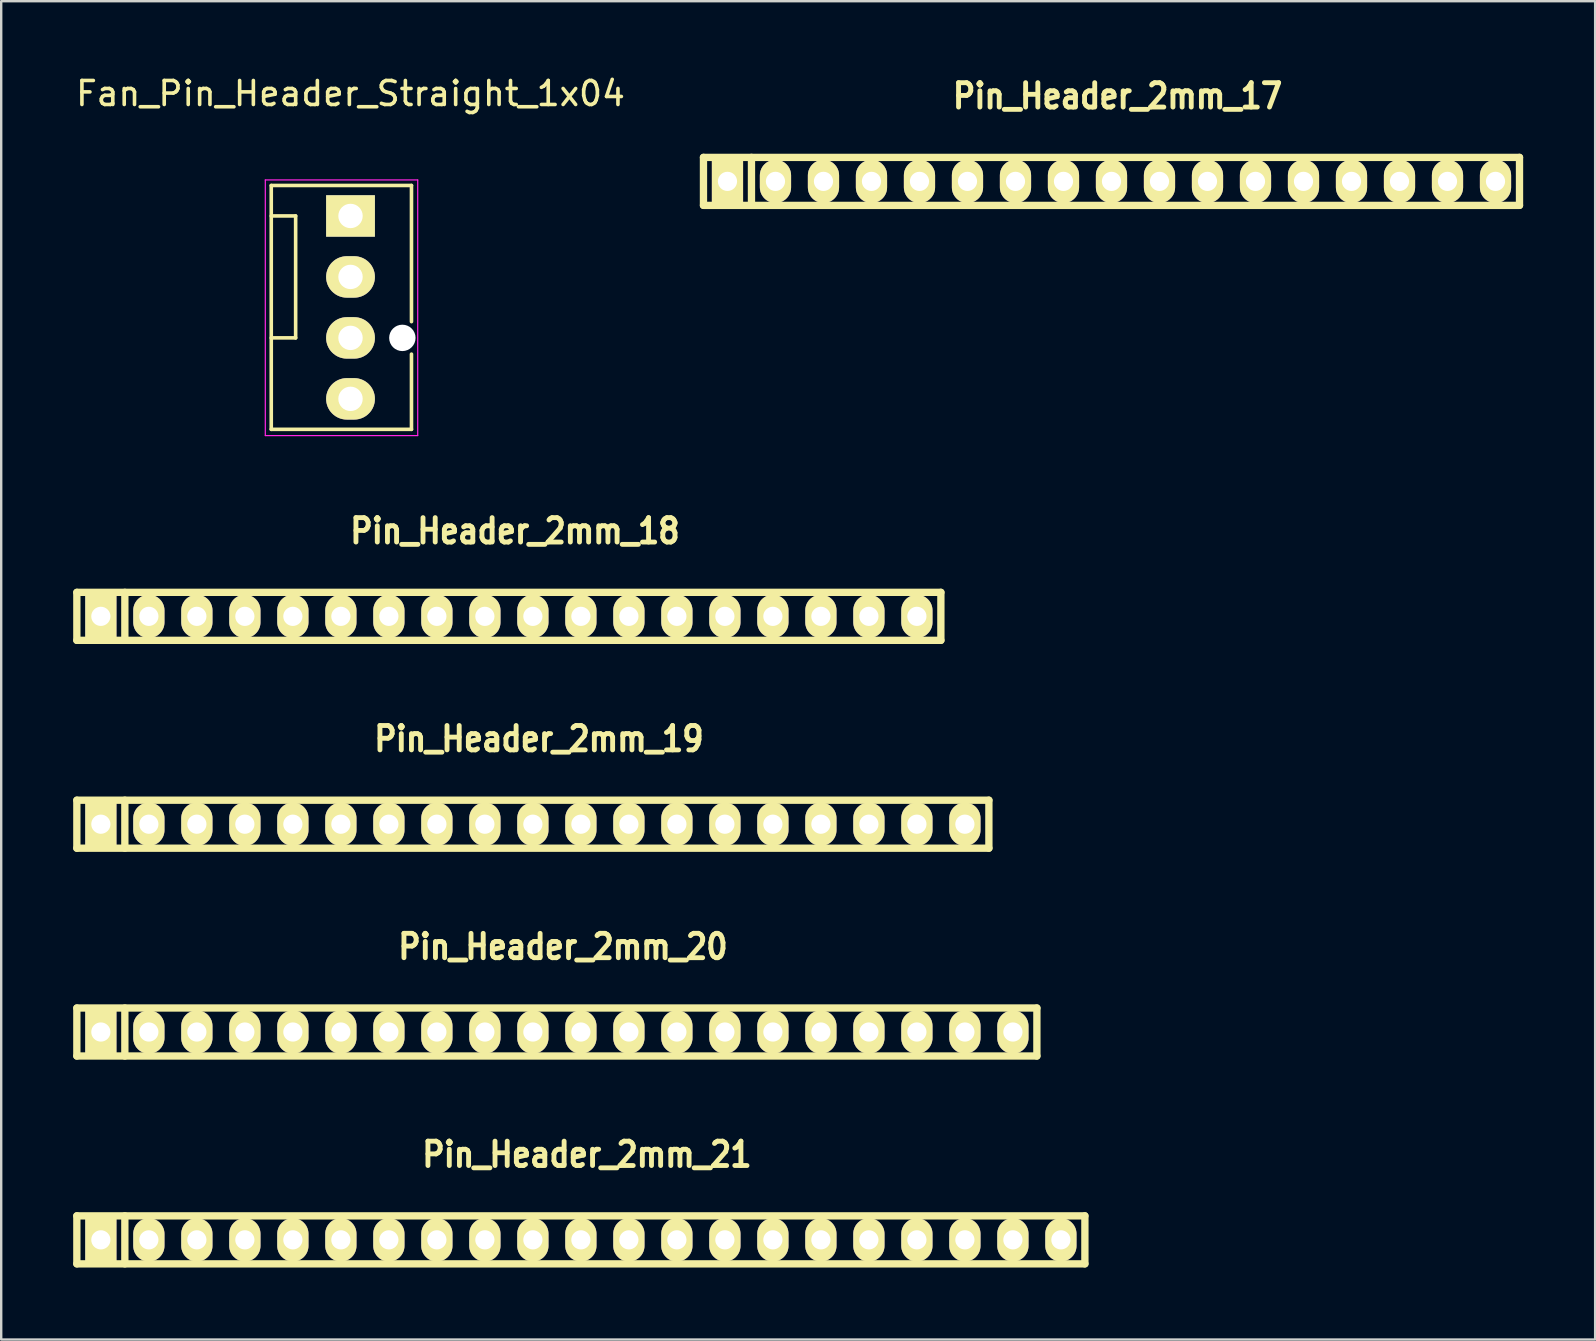
<source format=kicad_pcb>
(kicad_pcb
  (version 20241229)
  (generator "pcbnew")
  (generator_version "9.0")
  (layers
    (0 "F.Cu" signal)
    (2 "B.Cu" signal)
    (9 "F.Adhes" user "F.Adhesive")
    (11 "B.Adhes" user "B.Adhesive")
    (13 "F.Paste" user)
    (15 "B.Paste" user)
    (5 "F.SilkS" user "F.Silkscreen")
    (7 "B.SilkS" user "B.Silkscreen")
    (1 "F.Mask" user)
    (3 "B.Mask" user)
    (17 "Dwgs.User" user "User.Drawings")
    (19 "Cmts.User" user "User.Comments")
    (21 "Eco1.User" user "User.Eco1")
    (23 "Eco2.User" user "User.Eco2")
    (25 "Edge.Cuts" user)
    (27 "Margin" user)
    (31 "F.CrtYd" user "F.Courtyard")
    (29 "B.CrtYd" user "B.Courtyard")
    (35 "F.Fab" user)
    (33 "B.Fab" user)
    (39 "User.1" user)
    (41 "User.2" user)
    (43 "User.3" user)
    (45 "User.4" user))
  (footprint "Pin_Header_2mm_17"
    (layer "F.Cu")
    (at 43.26 4.507)
    (property "Reference" "Pin_Header_2mm_17" (at 0.254 -3.556 0) (layer "F.SilkS") (effects (font (size 1.016 0.889) (thickness 0.203))))
    (attr through_hole)
    (fp_line (start -17 -1) (end 17 -1) (stroke (width 0.305) (type solid)) (layer "F.SilkS"))
    (fp_line (start -17 1) (end -17 -1) (stroke (width 0.305) (type solid)) (layer "F.SilkS"))
    (fp_line (start -15 -1) (end -15 1) (stroke (width 0.305) (type solid)) (layer "F.SilkS"))
    (fp_line (start 17 -1) (end 17 1) (stroke (width 0.305) (type solid)) (layer "F.SilkS"))
    (fp_line (start 17 1) (end -17 1) (stroke (width 0.305) (type solid)) (layer "F.SilkS"))
    (pad "1" thru_hole rect (at -16 0) (size 1.3 1.8) (drill 0.8) (layers "*.Cu" "*.Mask" "F.SilkS"))
    (pad "2" thru_hole oval (at -14 0) (size 1.3 1.8) (drill 0.8) (layers "*.Cu" "*.Mask" "F.SilkS"))
    (pad "3" thru_hole oval (at -12 0) (size 1.3 1.8) (drill 0.8) (layers "*.Cu" "*.Mask" "F.SilkS"))
    (pad "4" thru_hole oval (at -10 0) (size 1.3 1.8) (drill 0.8) (layers "*.Cu" "*.Mask" "F.SilkS"))
    (pad "5" thru_hole oval (at -8 0) (size 1.3 1.8) (drill 0.8) (layers "*.Cu" "*.Mask" "F.SilkS"))
    (pad "6" thru_hole oval (at -6 0) (size 1.3 1.8) (drill 0.8) (layers "*.Cu" "*.Mask" "F.SilkS"))
    (pad "7" thru_hole oval (at -4 0) (size 1.3 1.8) (drill 0.8) (layers "*.Cu" "*.Mask" "F.SilkS"))
    (pad "8" thru_hole oval (at -2 0) (size 1.3 1.8) (drill 0.8) (layers "*.Cu" "*.Mask" "F.SilkS"))
    (pad "9" thru_hole oval (at 0 0) (size 1.3 1.8) (drill 0.8) (layers "*.Cu" "*.Mask" "F.SilkS"))
    (pad "10" thru_hole oval (at 2 0) (size 1.3 1.8) (drill 0.8) (layers "*.Cu" "*.Mask" "F.SilkS"))
    (pad "11" thru_hole oval (at 4 0) (size 1.3 1.8) (drill 0.8) (layers "*.Cu" "*.Mask" "F.SilkS"))
    (pad "12" thru_hole oval (at 6 0) (size 1.3 1.8) (drill 0.8) (layers "*.Cu" "*.Mask" "F.SilkS"))
    (pad "13" thru_hole oval (at 8 0) (size 1.3 1.8) (drill 0.8) (layers "*.Cu" "*.Mask" "F.SilkS"))
    (pad "14" thru_hole oval (at 10 0) (size 1.3 1.8) (drill 0.8) (layers "*.Cu" "*.Mask" "F.SilkS"))
    (pad "15" thru_hole oval (at 12 0) (size 1.3 1.8) (drill 0.8) (layers "*.Cu" "*.Mask" "F.SilkS"))
    (pad "16" thru_hole oval (at 14 0) (size 1.3 1.8) (drill 0.8) (layers "*.Cu" "*.Mask" "F.SilkS"))
    (pad "17" thru_hole oval (at 16 0) (size 1.3 1.8) (drill 0.8) (layers "*.Cu" "*.Mask" "F.SilkS")))
  (footprint "Pin_Header_2mm_21"
    (layer "F.Cu")
    (at 21.152 48.608)
    (property "Reference" "Pin_Header_2mm_21" (at 0.254 -3.556 0) (layer "F.SilkS") (effects (font (size 1.016 0.889) (thickness 0.203))))
    (attr through_hole)
    (fp_line (start -21 -1) (end 21 -1) (stroke (width 0.305) (type solid)) (layer "F.SilkS"))
    (fp_line (start -21 1) (end -21 -1) (stroke (width 0.305) (type solid)) (layer "F.SilkS"))
    (fp_line (start -19 -1) (end -19 1) (stroke (width 0.305) (type solid)) (layer "F.SilkS"))
    (fp_line (start 21 -1) (end 21 1) (stroke (width 0.305) (type solid)) (layer "F.SilkS"))
    (fp_line (start 21 1) (end -21 1) (stroke (width 0.305) (type solid)) (layer "F.SilkS"))
    (pad "1" thru_hole rect (at -20 0) (size 1.3 1.8) (drill 0.8) (layers "*.Cu" "*.Mask" "F.SilkS"))
    (pad "2" thru_hole oval (at -18 0) (size 1.3 1.8) (drill 0.8) (layers "*.Cu" "*.Mask" "F.SilkS"))
    (pad "3" thru_hole oval (at -16 0) (size 1.3 1.8) (drill 0.8) (layers "*.Cu" "*.Mask" "F.SilkS"))
    (pad "4" thru_hole oval (at -14 0) (size 1.3 1.8) (drill 0.8) (layers "*.Cu" "*.Mask" "F.SilkS"))
    (pad "5" thru_hole oval (at -12 0) (size 1.3 1.8) (drill 0.8) (layers "*.Cu" "*.Mask" "F.SilkS"))
    (pad "6" thru_hole oval (at -10 0) (size 1.3 1.8) (drill 0.8) (layers "*.Cu" "*.Mask" "F.SilkS"))
    (pad "7" thru_hole oval (at -8 0) (size 1.3 1.8) (drill 0.8) (layers "*.Cu" "*.Mask" "F.SilkS"))
    (pad "8" thru_hole oval (at -6 0) (size 1.3 1.8) (drill 0.8) (layers "*.Cu" "*.Mask" "F.SilkS"))
    (pad "9" thru_hole oval (at -4 0) (size 1.3 1.8) (drill 0.8) (layers "*.Cu" "*.Mask" "F.SilkS"))
    (pad "10" thru_hole oval (at -2 0) (size 1.3 1.8) (drill 0.8) (layers "*.Cu" "*.Mask" "F.SilkS"))
    (pad "11" thru_hole oval (at 0 0) (size 1.3 1.8) (drill 0.8) (layers "*.Cu" "*.Mask" "F.SilkS"))
    (pad "12" thru_hole oval (at 2 0) (size 1.3 1.8) (drill 0.8) (layers "*.Cu" "*.Mask" "F.SilkS"))
    (pad "13" thru_hole oval (at 4 0) (size 1.3 1.8) (drill 0.8) (layers "*.Cu" "*.Mask" "F.SilkS"))
    (pad "14" thru_hole oval (at 6 0) (size 1.3 1.8) (drill 0.8) (layers "*.Cu" "*.Mask" "F.SilkS"))
    (pad "15" thru_hole oval (at 8 0) (size 1.3 1.8) (drill 0.8) (layers "*.Cu" "*.Mask" "F.SilkS"))
    (pad "16" thru_hole oval (at 10 0) (size 1.3 1.8) (drill 0.8) (layers "*.Cu" "*.Mask" "F.SilkS"))
    (pad "17" thru_hole oval (at 12 0) (size 1.3 1.8) (drill 0.8) (layers "*.Cu" "*.Mask" "F.SilkS"))
    (pad "18" thru_hole oval (at 14 0) (size 1.3 1.8) (drill 0.8) (layers "*.Cu" "*.Mask" "F.SilkS"))
    (pad "19" thru_hole oval (at 16 0) (size 1.3 1.8) (drill 0.8) (layers "*.Cu" "*.Mask" "F.SilkS"))
    (pad "20" thru_hole oval (at 18 0) (size 1.3 1.8) (drill 0.8) (layers "*.Cu" "*.Mask" "F.SilkS"))
    (pad "21" thru_hole oval (at 20 0) (size 1.3 1.8) (drill 0.8) (layers "*.Cu" "*.Mask" "F.SilkS")))
  (footprint "Fan_Pin_Header_Straight_1x04"
    (layer "F.Cu")
    (at 11.554 5.948)
    (property "Reference" "Fan_Pin_Header_Straight_1x04" (at 0 -5.1 0) (layer "F.SilkS") (effects (font (size 1 1) (thickness 0.15))))
    (attr through_hole)
    (fp_line (start -3.302 0) (end -2.286 0) (stroke (width 0.15) (type solid)) (layer "F.SilkS"))
    (fp_line (start -3.302 8.89) (end -3.302 -1.27) (stroke (width 0.15) (type solid)) (layer "F.SilkS"))
    (fp_line (start -2.286 0) (end -2.286 5.08) (stroke (width 0.15) (type solid)) (layer "F.SilkS"))
    (fp_line (start -2.286 5.08) (end -3.302 5.08) (stroke (width 0.15) (type solid)) (layer "F.SilkS"))
    (fp_line (start 2.54 -1.27) (end -3.302 -1.27) (stroke (width 0.15) (type solid)) (layer "F.SilkS"))
    (fp_line (start 2.54 -1.27) (end 2.54 4.403) (stroke (width 0.15) (type solid)) (layer "F.SilkS"))
    (fp_line (start 2.54 5.757) (end 2.54 8.89) (stroke (width 0.15) (type solid)) (layer "F.SilkS"))
    (fp_line (start 2.54 8.89) (end -3.302 8.89) (stroke (width 0.15) (type solid)) (layer "F.SilkS"))
    (fp_line (start -3.55 -1.5) (end 2.8 -1.5) (stroke (width 0.05) (type solid)) (layer "F.CrtYd"))
    (fp_line (start -3.55 9.15) (end -3.55 -1.5) (stroke (width 0.05) (type solid)) (layer "F.CrtYd"))
    (fp_line (start 2.8 -1.5) (end 2.8 9.15) (stroke (width 0.05) (type solid)) (layer "F.CrtYd"))
    (fp_line (start 2.8 9.15) (end -3.55 9.15) (stroke (width 0.05) (type solid)) (layer "F.CrtYd"))
    (pad "" np_thru_hole circle (at 2.16 5.08) (size 1.1 1.1) (drill 1.1) (layers "*.Cu" "*.Mask"))
    (pad "1" thru_hole rect (at 0 0) (size 2.032 1.727) (drill 1.016) (layers "*.Cu" "*.Mask" "F.SilkS"))
    (pad "2" thru_hole oval (at 0 2.54) (size 2.032 1.727) (drill 1.016) (layers "*.Cu" "*.Mask" "F.SilkS"))
    (pad "3" thru_hole oval (at 0 5.08) (size 2.032 1.727) (drill 1.016) (layers "*.Cu" "*.Mask" "F.SilkS"))
    (pad "4" thru_hole oval (at 0 7.62) (size 2.032 1.727) (drill 1.016) (layers "*.Cu" "*.Mask" "F.SilkS")))
  (footprint "Pin_Header_2mm_19"
    (layer "F.Cu")
    (at 19.152 31.29)
    (property "Reference" "Pin_Header_2mm_19" (at 0.254 -3.556 0) (layer "F.SilkS") (effects (font (size 1.016 0.889) (thickness 0.203))))
    (attr through_hole)
    (fp_line (start -19 -1) (end 19 -1) (stroke (width 0.305) (type solid)) (layer "F.SilkS"))
    (fp_line (start -19 1) (end -19 -1) (stroke (width 0.305) (type solid)) (layer "F.SilkS"))
    (fp_line (start -17 -1) (end -17 1) (stroke (width 0.305) (type solid)) (layer "F.SilkS"))
    (fp_line (start 19 -1) (end 19 1) (stroke (width 0.305) (type solid)) (layer "F.SilkS"))
    (fp_line (start 19 1) (end -19 1) (stroke (width 0.305) (type solid)) (layer "F.SilkS"))
    (pad "1" thru_hole rect (at -18 0) (size 1.3 1.8) (drill 0.8) (layers "*.Cu" "*.Mask" "F.SilkS"))
    (pad "2" thru_hole oval (at -16 0) (size 1.3 1.8) (drill 0.8) (layers "*.Cu" "*.Mask" "F.SilkS"))
    (pad "3" thru_hole oval (at -14 0) (size 1.3 1.8) (drill 0.8) (layers "*.Cu" "*.Mask" "F.SilkS"))
    (pad "4" thru_hole oval (at -12 0) (size 1.3 1.8) (drill 0.8) (layers "*.Cu" "*.Mask" "F.SilkS"))
    (pad "5" thru_hole oval (at -10 0) (size 1.3 1.8) (drill 0.8) (layers "*.Cu" "*.Mask" "F.SilkS"))
    (pad "6" thru_hole oval (at -8 0) (size 1.3 1.8) (drill 0.8) (layers "*.Cu" "*.Mask" "F.SilkS"))
    (pad "7" thru_hole oval (at -6 0) (size 1.3 1.8) (drill 0.8) (layers "*.Cu" "*.Mask" "F.SilkS"))
    (pad "8" thru_hole oval (at -4 0) (size 1.3 1.8) (drill 0.8) (layers "*.Cu" "*.Mask" "F.SilkS"))
    (pad "9" thru_hole oval (at -2 0) (size 1.3 1.8) (drill 0.8) (layers "*.Cu" "*.Mask" "F.SilkS"))
    (pad "10" thru_hole oval (at 0 0) (size 1.3 1.8) (drill 0.8) (layers "*.Cu" "*.Mask" "F.SilkS"))
    (pad "11" thru_hole oval (at 2 0) (size 1.3 1.8) (drill 0.8) (layers "*.Cu" "*.Mask" "F.SilkS"))
    (pad "12" thru_hole oval (at 4 0) (size 1.3 1.8) (drill 0.8) (layers "*.Cu" "*.Mask" "F.SilkS"))
    (pad "13" thru_hole oval (at 6 0) (size 1.3 1.8) (drill 0.8) (layers "*.Cu" "*.Mask" "F.SilkS"))
    (pad "14" thru_hole oval (at 8 0) (size 1.3 1.8) (drill 0.8) (layers "*.Cu" "*.Mask" "F.SilkS"))
    (pad "15" thru_hole oval (at 10 0) (size 1.3 1.8) (drill 0.8) (layers "*.Cu" "*.Mask" "F.SilkS"))
    (pad "16" thru_hole oval (at 12 0) (size 1.3 1.8) (drill 0.8) (layers "*.Cu" "*.Mask" "F.SilkS"))
    (pad "17" thru_hole oval (at 14 0) (size 1.3 1.8) (drill 0.8) (layers "*.Cu" "*.Mask" "F.SilkS"))
    (pad "18" thru_hole oval (at 16 0) (size 1.3 1.8) (drill 0.8) (layers "*.Cu" "*.Mask" "F.SilkS"))
    (pad "19" thru_hole oval (at 18 0) (size 1.3 1.8) (drill 0.8) (layers "*.Cu" "*.Mask" "F.SilkS")))
  (footprint "Pin_Header_2mm_20"
    (layer "F.Cu")
    (at 20.152 39.949)
    (property "Reference" "Pin_Header_2mm_20" (at 0.254 -3.556 0) (layer "F.SilkS") (effects (font (size 1.016 0.889) (thickness 0.203))))
    (attr through_hole)
    (fp_line (start -20 -1) (end 20 -1) (stroke (width 0.305) (type solid)) (layer "F.SilkS"))
    (fp_line (start -20 1) (end -20 -1) (stroke (width 0.305) (type solid)) (layer "F.SilkS"))
    (fp_line (start -18 -1) (end -18 1) (stroke (width 0.305) (type solid)) (layer "F.SilkS"))
    (fp_line (start 20 -1) (end 20 1) (stroke (width 0.305) (type solid)) (layer "F.SilkS"))
    (fp_line (start 20 1) (end -20 1) (stroke (width 0.305) (type solid)) (layer "F.SilkS"))
    (pad "1" thru_hole rect (at -19 0) (size 1.3 1.8) (drill 0.8) (layers "*.Cu" "*.Mask" "F.SilkS"))
    (pad "2" thru_hole oval (at -17 0) (size 1.3 1.8) (drill 0.8) (layers "*.Cu" "*.Mask" "F.SilkS"))
    (pad "3" thru_hole oval (at -15 0) (size 1.3 1.8) (drill 0.8) (layers "*.Cu" "*.Mask" "F.SilkS"))
    (pad "4" thru_hole oval (at -13 0) (size 1.3 1.8) (drill 0.8) (layers "*.Cu" "*.Mask" "F.SilkS"))
    (pad "5" thru_hole oval (at -11 0) (size 1.3 1.8) (drill 0.8) (layers "*.Cu" "*.Mask" "F.SilkS"))
    (pad "6" thru_hole oval (at -9 0) (size 1.3 1.8) (drill 0.8) (layers "*.Cu" "*.Mask" "F.SilkS"))
    (pad "7" thru_hole oval (at -7 0) (size 1.3 1.8) (drill 0.8) (layers "*.Cu" "*.Mask" "F.SilkS"))
    (pad "8" thru_hole oval (at -5 0) (size 1.3 1.8) (drill 0.8) (layers "*.Cu" "*.Mask" "F.SilkS"))
    (pad "9" thru_hole oval (at -3 0) (size 1.3 1.8) (drill 0.8) (layers "*.Cu" "*.Mask" "F.SilkS"))
    (pad "10" thru_hole oval (at -1 0) (size 1.3 1.8) (drill 0.8) (layers "*.Cu" "*.Mask" "F.SilkS"))
    (pad "11" thru_hole oval (at 1 0) (size 1.3 1.8) (drill 0.8) (layers "*.Cu" "*.Mask" "F.SilkS"))
    (pad "12" thru_hole oval (at 3 0) (size 1.3 1.8) (drill 0.8) (layers "*.Cu" "*.Mask" "F.SilkS"))
    (pad "13" thru_hole oval (at 5 0) (size 1.3 1.8) (drill 0.8) (layers "*.Cu" "*.Mask" "F.SilkS"))
    (pad "14" thru_hole oval (at 7 0) (size 1.3 1.8) (drill 0.8) (layers "*.Cu" "*.Mask" "F.SilkS"))
    (pad "15" thru_hole oval (at 9 0) (size 1.3 1.8) (drill 0.8) (layers "*.Cu" "*.Mask" "F.SilkS"))
    (pad "16" thru_hole oval (at 11 0) (size 1.3 1.8) (drill 0.8) (layers "*.Cu" "*.Mask" "F.SilkS"))
    (pad "17" thru_hole oval (at 13 0) (size 1.3 1.8) (drill 0.8) (layers "*.Cu" "*.Mask" "F.SilkS"))
    (pad "18" thru_hole oval (at 15 0) (size 1.3 1.8) (drill 0.8) (layers "*.Cu" "*.Mask" "F.SilkS"))
    (pad "19" thru_hole oval (at 17 0) (size 1.3 1.8) (drill 0.8) (layers "*.Cu" "*.Mask" "F.SilkS"))
    (pad "20" thru_hole oval (at 19 0) (size 1.3 1.8) (drill 0.8) (layers "*.Cu" "*.Mask" "F.SilkS")))
  (footprint "Pin_Header_2mm_18"
    (layer "F.Cu")
    (at 18.152 22.63)
    (property "Reference" "Pin_Header_2mm_18" (at 0.254 -3.556 0) (layer "F.SilkS") (effects (font (size 1.016 0.889) (thickness 0.203))))
    (attr through_hole)
    (fp_line (start -18 -1) (end 18 -1) (stroke (width 0.305) (type solid)) (layer "F.SilkS"))
    (fp_line (start -18 1) (end -18 -1) (stroke (width 0.305) (type solid)) (layer "F.SilkS"))
    (fp_line (start -16 -1) (end -16 1) (stroke (width 0.305) (type solid)) (layer "F.SilkS"))
    (fp_line (start 18 -1) (end 18 1) (stroke (width 0.305) (type solid)) (layer "F.SilkS"))
    (fp_line (start 18 1) (end -18 1) (stroke (width 0.305) (type solid)) (layer "F.SilkS"))
    (pad "1" thru_hole rect (at -17 0) (size 1.3 1.8) (drill 0.8) (layers "*.Cu" "*.Mask" "F.SilkS"))
    (pad "2" thru_hole oval (at -15 0) (size 1.3 1.8) (drill 0.8) (layers "*.Cu" "*.Mask" "F.SilkS"))
    (pad "3" thru_hole oval (at -13 0) (size 1.3 1.8) (drill 0.8) (layers "*.Cu" "*.Mask" "F.SilkS"))
    (pad "4" thru_hole oval (at -11 0) (size 1.3 1.8) (drill 0.8) (layers "*.Cu" "*.Mask" "F.SilkS"))
    (pad "5" thru_hole oval (at -9 0) (size 1.3 1.8) (drill 0.8) (layers "*.Cu" "*.Mask" "F.SilkS"))
    (pad "6" thru_hole oval (at -7 0) (size 1.3 1.8) (drill 0.8) (layers "*.Cu" "*.Mask" "F.SilkS"))
    (pad "7" thru_hole oval (at -5 0) (size 1.3 1.8) (drill 0.8) (layers "*.Cu" "*.Mask" "F.SilkS"))
    (pad "8" thru_hole oval (at -3 0) (size 1.3 1.8) (drill 0.8) (layers "*.Cu" "*.Mask" "F.SilkS"))
    (pad "9" thru_hole oval (at -1 0) (size 1.3 1.8) (drill 0.8) (layers "*.Cu" "*.Mask" "F.SilkS"))
    (pad "10" thru_hole oval (at 1 0) (size 1.3 1.8) (drill 0.8) (layers "*.Cu" "*.Mask" "F.SilkS"))
    (pad "11" thru_hole oval (at 3 0) (size 1.3 1.8) (drill 0.8) (layers "*.Cu" "*.Mask" "F.SilkS"))
    (pad "12" thru_hole oval (at 5 0) (size 1.3 1.8) (drill 0.8) (layers "*.Cu" "*.Mask" "F.SilkS"))
    (pad "13" thru_hole oval (at 7 0) (size 1.3 1.8) (drill 0.8) (layers "*.Cu" "*.Mask" "F.SilkS"))
    (pad "14" thru_hole oval (at 9 0) (size 1.3 1.8) (drill 0.8) (layers "*.Cu" "*.Mask" "F.SilkS"))
    (pad "15" thru_hole oval (at 11 0) (size 1.3 1.8) (drill 0.8) (layers "*.Cu" "*.Mask" "F.SilkS"))
    (pad "16" thru_hole oval (at 13 0) (size 1.3 1.8) (drill 0.8) (layers "*.Cu" "*.Mask" "F.SilkS"))
    (pad "17" thru_hole oval (at 15 0) (size 1.3 1.8) (drill 0.8) (layers "*.Cu" "*.Mask" "F.SilkS"))
    (pad "18" thru_hole oval (at 17 0) (size 1.3 1.8) (drill 0.8) (layers "*.Cu" "*.Mask" "F.SilkS")))
  (gr_rect
    (start -3 -3)
    (end 63.412 52.761)
    (stroke (width 0.1) (type default))
    (fill no)
    (layer "Edge.Cuts")))
</source>
